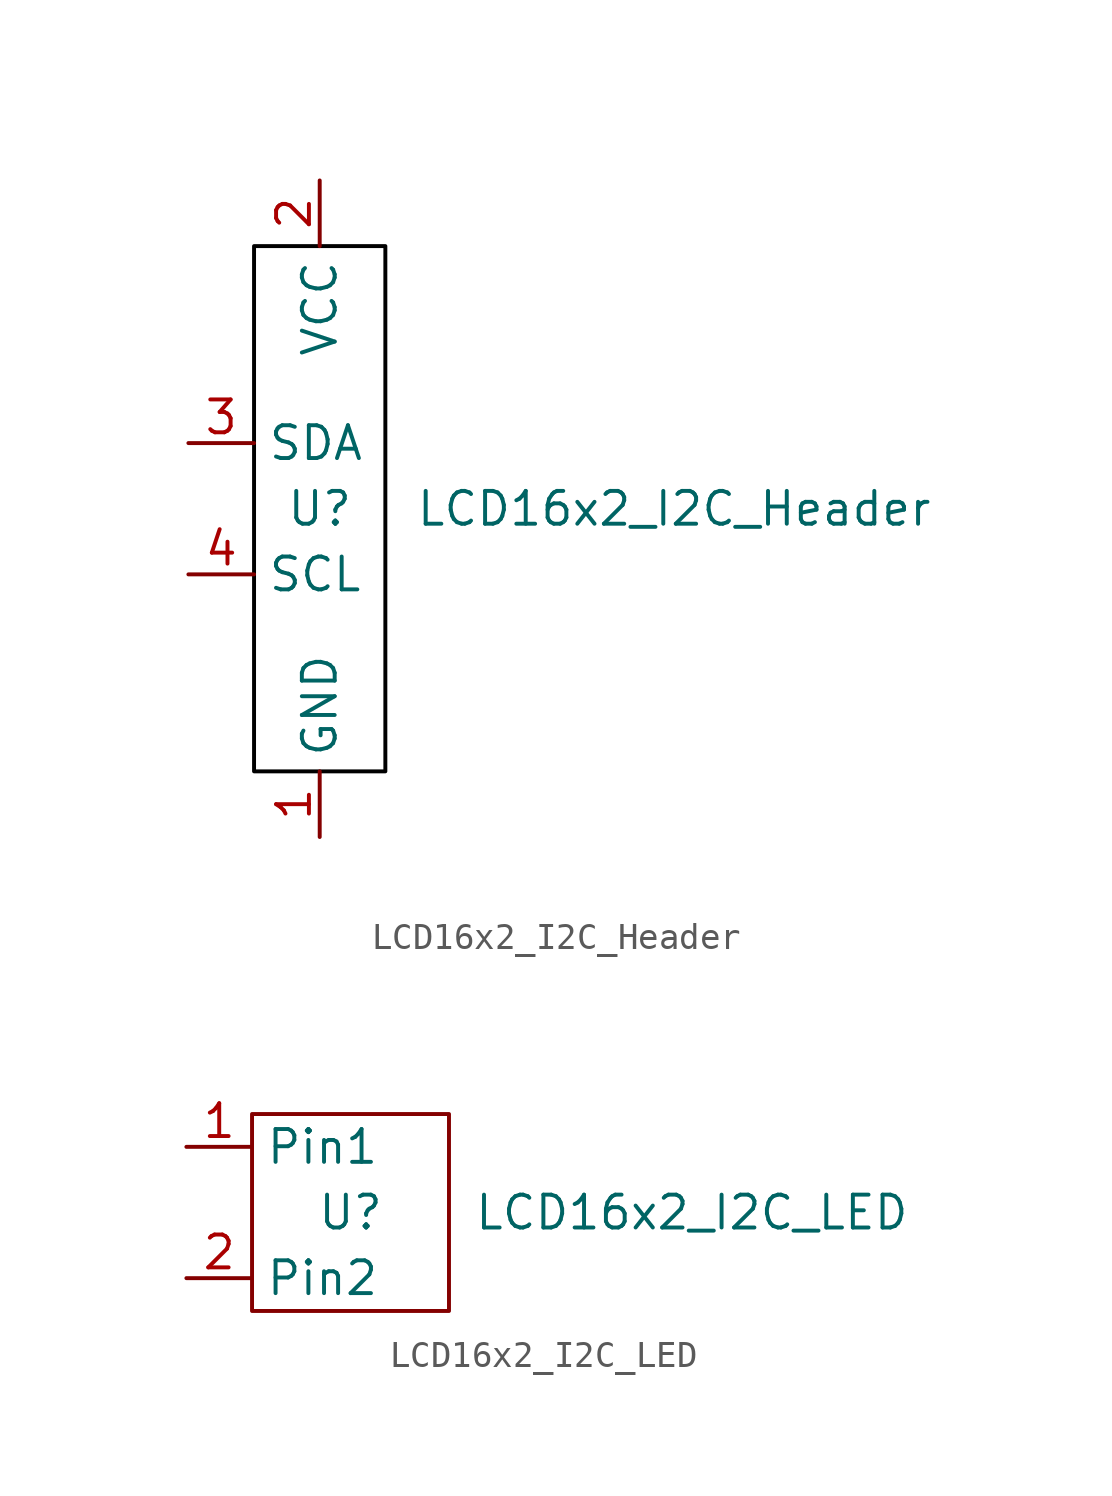
<source format=kicad_sym>
(kicad_symbol_lib
  (version 20241209)
  (generator "kicad_symbol_editor")
  (generator_version "9.0")
  (symbol "LCD16x2_I2C_Header"
    (property "Reference" "U"
      (at 0 0 0)
      (effects (font (size 1.27 1.27))))
    (property "Value" "LCD16x2_I2C_Header"
      (at 13.716 0 0)
      (effects (font (size 1.27 1.27))))
    (symbol "LCD16x2_I2C_Header_1_1"
      (rectangle (start -2.54 10.16) (end 2.54 -10.16) (stroke (width 0) (type solid) (color 0 0 0 1)) (fill (type none)))
      (pin bidirectional line (at -5.08 2.54 0) (length 2.54) (name "SDA" (effects (font (size 1.27 1.27)))) (number "3" (effects (font (size 1.27 1.27)))))
      (pin bidirectional line (at -5.08 -2.54 0) (length 2.54) (name "SCL" (effects (font (size 1.27 1.27)))) (number "4" (effects (font (size 1.27 1.27)))))
      (pin power_in line (at 0 12.7 270) (length 2.54) (name "VCC" (effects (font (size 1.27 1.27)))) (number "2" (effects (font (size 1.27 1.27)))))
      (pin power_in line (at 0 -12.7 90) (length 2.54) (name "GND" (effects (font (size 1.27 1.27)))) (number "1" (effects (font (size 1.27 1.27)))))))
  (symbol "LCD16x2_I2C_LED"
    (property "Reference" "U"
      (at 0 0 0)
      (effects (font (size 1.27 1.27))))
    (property "Value" "LCD16x2_I2C_LED"
      (at 13.208 0 0)
      (effects (font (size 1.27 1.27))))
    (symbol "LCD16x2_I2C_LED_0_1"
      (rectangle (start -3.81 3.81) (end 3.81 -3.81) (stroke (width 0) (type default)) (fill (type none))))
    (symbol "LCD16x2_I2C_LED_1_1"
      (pin unspecified line (at -6.35 2.54 0) (length 2.54) (name "Pin1" (effects (font (size 1.27 1.27)))) (number "1" (effects (font (size 1.27 1.27)))))
      (pin unspecified line (at -6.35 -2.54 0) (length 2.54) (name "Pin2" (effects (font (size 1.27 1.27)))) (number "2" (effects (font (size 1.27 1.27))))))))
</source>
